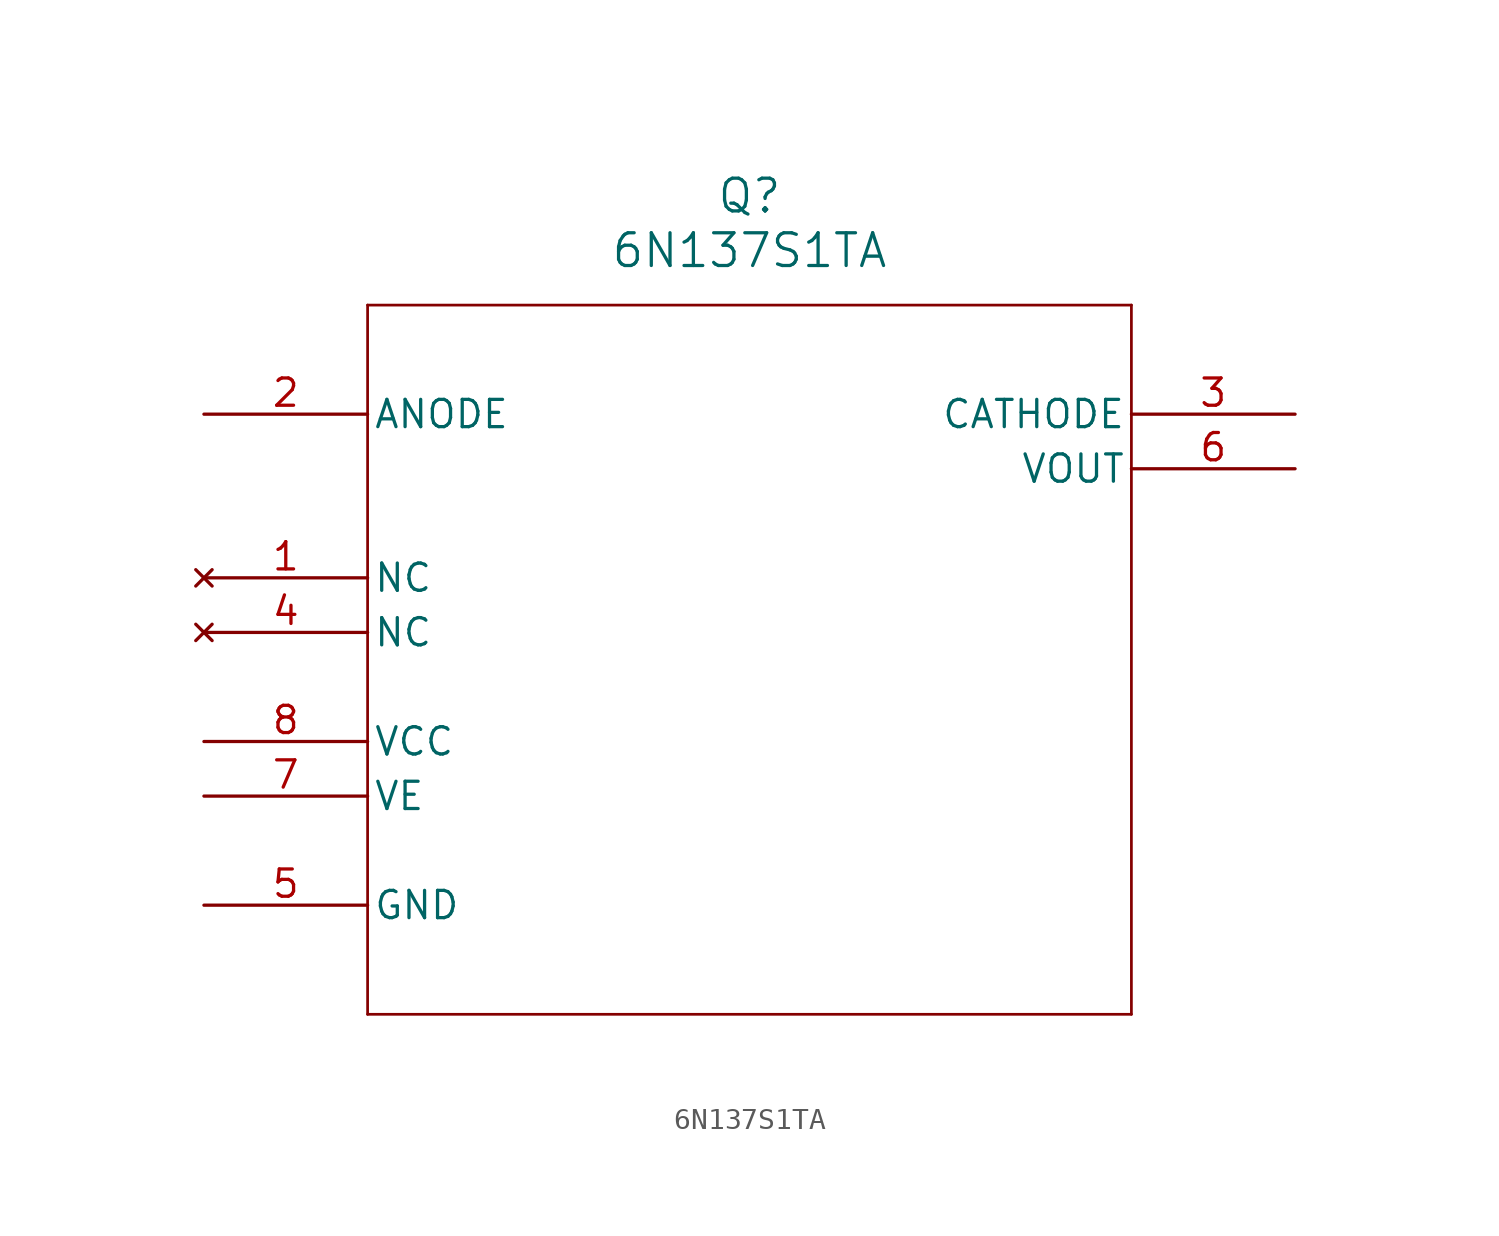
<source format=kicad_sym>
(kicad_symbol_lib
  (version 20211014)
  (generator kicad_symbol_editor)
  (symbol "6N137S1TA"
    (pin_names
      (offset 0.254))
    (property "Reference" "Q"
      (at 25.4 10.16 0)
      (effects (font (size 1.524 1.524))))
    (property "Value" "6N137S1TA"
      (at 25.4 7.62 0)
      (effects (font (size 1.524 1.524))))
    (symbol "6N137S1TA_0_1"
      (polyline (pts (xy 7.62 5.08) (xy 7.62 -27.94)) (stroke (width 0.127) (type default) (color 0 0 0 0)) (fill (type none)))
      (polyline (pts (xy 7.62 -27.94) (xy 43.18 -27.94)) (stroke (width 0.127) (type default) (color 0 0 0 0)) (fill (type none)))
      (polyline (pts (xy 43.18 -27.94) (xy 43.18 5.08)) (stroke (width 0.127) (type default) (color 0 0 0 0)) (fill (type none)))
      (polyline (pts (xy 43.18 5.08) (xy 7.62 5.08)) (stroke (width 0.127) (type default) (color 0 0 0 0)) (fill (type none)))
      (pin no_connect line (at 0 -7.62 0) (length 7.62) (name "NC" (effects (font (size 1.27 1.27)))) (number "1" (effects (font (size 1.27 1.27)))))
      (pin input line (at 0 0 0) (length 7.62) (name "ANODE" (effects (font (size 1.27 1.27)))) (number "2" (effects (font (size 1.27 1.27)))))
      (pin output line (at 50.8 0 180) (length 7.62) (name "CATHODE" (effects (font (size 1.27 1.27)))) (number "3" (effects (font (size 1.27 1.27)))))
      (pin no_connect line (at 0 -10.16 0) (length 7.62) (name "NC" (effects (font (size 1.27 1.27)))) (number "4" (effects (font (size 1.27 1.27)))))
      (pin power_out line (at 0 -22.86 0) (length 7.62) (name "GND" (effects (font (size 1.27 1.27)))) (number "5" (effects (font (size 1.27 1.27)))))
      (pin output line (at 50.8 -2.54 180) (length 7.62) (name "VOUT" (effects (font (size 1.27 1.27)))) (number "6" (effects (font (size 1.27 1.27)))))
      (pin power_in line (at 0 -17.78 0) (length 7.62) (name "VE" (effects (font (size 1.27 1.27)))) (number "7" (effects (font (size 1.27 1.27)))))
      (pin power_in line (at 0 -15.24 0) (length 7.62) (name "VCC" (effects (font (size 1.27 1.27)))) (number "8" (effects (font (size 1.27 1.27))))))))
</source>
